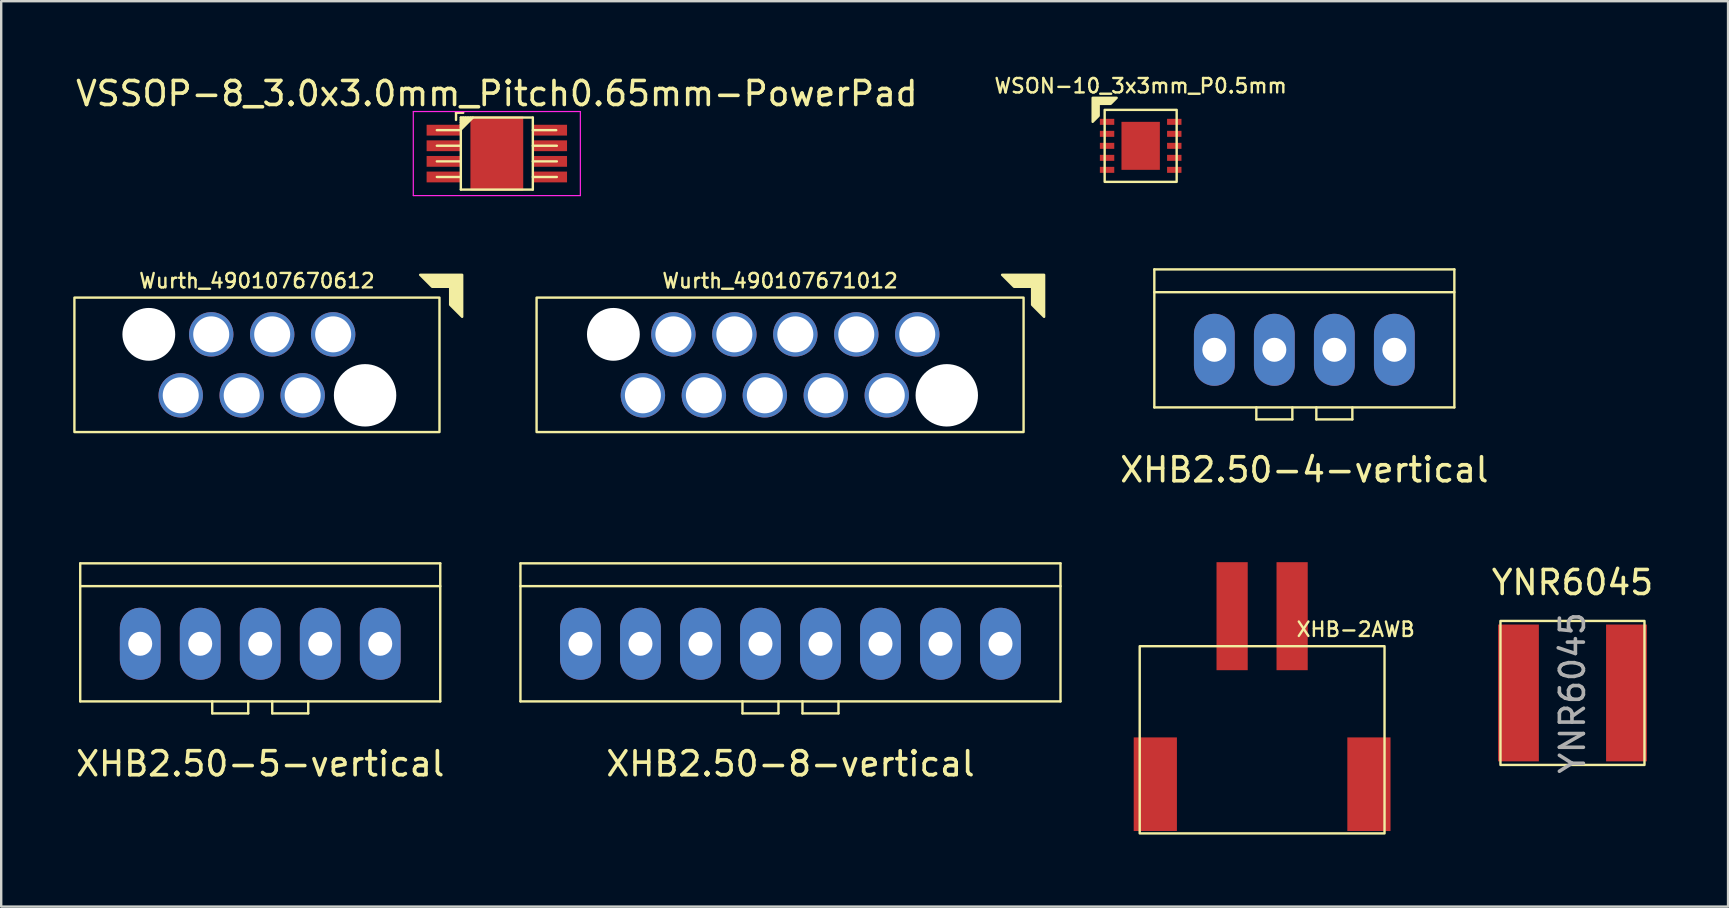
<source format=kicad_pcb>
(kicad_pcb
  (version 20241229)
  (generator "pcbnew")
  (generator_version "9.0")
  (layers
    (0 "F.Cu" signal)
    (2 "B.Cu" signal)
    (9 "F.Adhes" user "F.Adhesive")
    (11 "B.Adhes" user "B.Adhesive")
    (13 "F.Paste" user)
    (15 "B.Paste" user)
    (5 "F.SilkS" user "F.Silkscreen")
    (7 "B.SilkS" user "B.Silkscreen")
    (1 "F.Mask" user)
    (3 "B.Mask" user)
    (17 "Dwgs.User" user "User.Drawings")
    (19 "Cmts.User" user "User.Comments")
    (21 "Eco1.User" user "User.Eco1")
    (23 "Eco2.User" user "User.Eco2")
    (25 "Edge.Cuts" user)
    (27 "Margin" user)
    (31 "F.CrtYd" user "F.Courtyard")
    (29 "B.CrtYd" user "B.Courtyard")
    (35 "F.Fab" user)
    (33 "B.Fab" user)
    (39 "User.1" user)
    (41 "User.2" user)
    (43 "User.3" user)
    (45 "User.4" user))
  (footprint "YNR6045"
    (layer "F.Cu")
    (at 62.463 25.82)
    (property "Reference" "YNR6045" (at 0 -4.6 0) (layer "F.SilkS") (effects (font (size 1 1) (thickness 0.15))))
    (attr smd)
    (fp_rect (start -3 -3) (end 3 3) (stroke (width 0.1) (type solid)) (fill no) (layer "F.SilkS"))
    (fp_text user "${REFERENCE}" (at 0 0 90) (layer "F.Fab") (effects (font (size 1 1) (thickness 0.15))))
    (pad "1" smd rect (at -2.25 0) (size 1.7 5.7) (layers "F.Cu" "F.Mask" "F.Paste"))
    (pad "2" smd rect (at 2.25 0) (size 1.7 5.7) (layers "F.Cu" "F.Mask" "F.Paste")))
  (footprint "XHB2.50-4-vertical"
    (layer "F.Cu")
    (at 51.292 11.523)
    (property "Reference" "XHB2.50-4-vertical" (at 0 5 0) (layer "F.SilkS") (effects (font (size 1 1) (thickness 0.15))))
    (attr through_hole)
    (fp_line (start -6.25 -3.35) (end -6.25 2.4) (stroke (width 0.1) (type solid)) (layer "F.SilkS"))
    (fp_line (start -6.25 -2.4) (end 6.25 -2.4) (stroke (width 0.1) (type solid)) (layer "F.SilkS"))
    (fp_line (start -2 2.9) (end -2 2.4) (stroke (width 0.1) (type solid)) (layer "F.SilkS"))
    (fp_line (start -0.5 2.4) (end -0.5 2.9) (stroke (width 0.1) (type solid)) (layer "F.SilkS"))
    (fp_line (start -0.5 2.9) (end -2 2.9) (stroke (width 0.1) (type solid)) (layer "F.SilkS"))
    (fp_line (start 0.5 2.4) (end 0.5 2.9) (stroke (width 0.1) (type solid)) (layer "F.SilkS"))
    (fp_line (start 2 2.9) (end 0.5 2.9) (stroke (width 0.1) (type solid)) (layer "F.SilkS"))
    (fp_line (start 2 2.9) (end 2 2.4) (stroke (width 0.1) (type solid)) (layer "F.SilkS"))
    (fp_line (start 6.25 -3.35) (end -6.25 -3.35) (stroke (width 0.1) (type solid)) (layer "F.SilkS"))
    (fp_line (start 6.25 2.4) (end -6.25 2.4) (stroke (width 0.1) (type solid)) (layer "F.SilkS"))
    (fp_line (start 6.25 2.4) (end 6.25 -3.35) (stroke (width 0.1) (type solid)) (layer "F.SilkS"))
    (pad "1" thru_hole oval (at -3.75 0) (size 1.7 3) (drill 1) (layers "*.Cu" "*.Mask"))
    (pad "2" thru_hole oval (at -1.25 0) (size 1.7 3) (drill 1) (layers "*.Cu" "*.Mask"))
    (pad "3" thru_hole oval (at 1.25 0) (size 1.7 3) (drill 1) (layers "*.Cu" "*.Mask"))
    (pad "4" thru_hole oval (at 3.75 0) (size 1.7 3) (drill 1) (layers "*.Cu" "*.Mask")))
  (footprint "WSON-10_3x3mm_P0.5mm"
    (layer "F.Cu")
    (at 44.473 3.026)
    (property "Reference" "WSON-10_3x3mm_P0.5mm" (at 0 -2.5 0) (layer "F.SilkS") (effects (font (size 0.6 0.6) (thickness 0.1))))
    (attr smd)
    (fp_rect (start -1.5 -1.5) (end 1.5 1.5) (stroke (width 0.1) (type solid)) (fill no) (layer "F.SilkS"))
    (fp_poly (pts (xy -1.25 -1.75) (xy -1.75 -1.75) (xy -1.75 -1.25) (xy -2 -1) (xy -2 -2) (xy -1 -2)) (stroke (width 0.1) (type solid)) (fill yes) (layer "F.SilkS"))
    (fp_rect (start -0.4 -0.25) (end 0.4 -0.65) (stroke (width 0.12) (type solid)) (fill yes) (layer "F.Paste"))
    (fp_rect (start -0.4 0.65) (end 0.4 0.25) (stroke (width 0.12) (type solid)) (fill yes) (layer "F.Paste"))
    (pad "1" smd rect (at -1.4 -1) (size 0.6 0.25) (layers "F.Cu" "F.Mask" "F.Paste"))
    (pad "2" smd rect (at -1.4 -0.5) (size 0.6 0.25) (layers "F.Cu" "F.Mask" "F.Paste"))
    (pad "3" smd rect (at -1.4 0) (size 0.6 0.25) (layers "F.Cu" "F.Mask" "F.Paste"))
    (pad "4" smd rect (at -1.4 0.5) (size 0.6 0.25) (layers "F.Cu" "F.Mask" "F.Paste"))
    (pad "5" smd rect (at -1.4 1) (size 0.6 0.25) (layers "F.Cu" "F.Mask" "F.Paste"))
    (pad "6" smd rect (at 1.4 1) (size 0.6 0.25) (layers "F.Cu" "F.Mask" "F.Paste"))
    (pad "7" smd rect (at 1.4 0.5) (size 0.6 0.25) (layers "F.Cu" "F.Mask" "F.Paste"))
    (pad "8" smd rect (at 1.4 0) (size 0.6 0.25) (layers "F.Cu" "F.Mask" "F.Paste"))
    (pad "9" smd rect (at 1.4 -0.5) (size 0.6 0.25) (layers "F.Cu" "F.Mask" "F.Paste"))
    (pad "10" smd rect (at 1.4 -1) (size 0.6 0.25) (layers "F.Cu" "F.Mask" "F.Paste"))
    (pad "11" smd rect (at 0 0) (size 1.6 2) (layers "F.Cu" "F.Mask")))
  (footprint "XHB-2AWB"
    (layer "F.Cu")
    (at 49.533 24.872)
    (property "Reference" "XHB-2AWB" (at 3.9 -1.7 0) (unlocked yes) (layer "F.SilkS") (effects (font (size 0.6 0.6) (thickness 0.1))))
    (attr smd)
    (fp_rect (start -5.1 -1) (end 5.1 6.8) (stroke (width 0.1) (type default)) (fill no) (layer "F.SilkS"))
    (pad "0" smd rect (at -4.45 4.75) (size 1.8 3.9) (layers "F.Cu" "F.Mask" "F.Paste"))
    (pad "0" smd rect (at 4.45 4.75) (size 1.8 3.9) (layers "F.Cu" "F.Mask" "F.Paste"))
    (pad "1" smd rect (at -1.25 -2.25) (size 1.3 4.5) (layers "F.Cu" "F.Mask" "F.Paste"))
    (pad "2" smd rect (at 1.25 -2.25) (size 1.3 4.5) (layers "F.Cu" "F.Mask" "F.Paste")))
  (footprint "VSSOP-8_3.0x3.0mm_Pitch0.65mm-PowerPad"
    (layer "F.Cu")
    (at 17.649 3.348)
    (property "Reference" "VSSOP-8_3.0x3.0mm_Pitch0.65mm-PowerPad" (at 0 -2.5 0) (layer "F.SilkS") (effects (font (size 1 1) (thickness 0.15))))
    (attr smd)
    (fp_line (start -2.5 -0.975) (end -1.5 -0.975) (stroke (width 0.1) (type solid)) (layer "F.SilkS"))
    (fp_line (start -2.5 -0.325) (end -1.5 -0.325) (stroke (width 0.1) (type solid)) (layer "F.SilkS"))
    (fp_line (start -2.5 0.325) (end -1.5 0.325) (stroke (width 0.1) (type solid)) (layer "F.SilkS"))
    (fp_line (start -2.5 0.975) (end -1.5 0.975) (stroke (width 0.1) (type solid)) (layer "F.SilkS"))
    (fp_line (start -1.7 -1.7) (end -1.7 -1.4) (stroke (width 0.1) (type solid)) (layer "F.SilkS"))
    (fp_line (start -1.7 -1.7) (end -1.4 -1.7) (stroke (width 0.1) (type solid)) (layer "F.SilkS"))
    (fp_line (start -1.5 -1.5) (end -1.5 1.5) (stroke (width 0.1) (type solid)) (layer "F.SilkS"))
    (fp_line (start -1.5 -1.4) (end -1.4 -1.5) (stroke (width 0.1) (type solid)) (layer "F.SilkS"))
    (fp_line (start -1.5 -1.3) (end -1.3 -1.5) (stroke (width 0.1) (type solid)) (layer "F.SilkS"))
    (fp_line (start -1.5 -1.2) (end -1.2 -1.5) (stroke (width 0.1) (type solid)) (layer "F.SilkS"))
    (fp_line (start -1.5 -1.1) (end -1.1 -1.5) (stroke (width 0.1) (type solid)) (layer "F.SilkS"))
    (fp_line (start -1.5 -1) (end -1 -1.5) (stroke (width 0.1) (type solid)) (layer "F.SilkS"))
    (fp_line (start -1.5 1.5) (end 1.5 1.5) (stroke (width 0.1) (type solid)) (layer "F.SilkS"))
    (fp_line (start 1.5 -1.5) (end -1.5 -1.5) (stroke (width 0.1) (type solid)) (layer "F.SilkS"))
    (fp_line (start 1.5 1.5) (end 1.5 -1.5) (stroke (width 0.1) (type solid)) (layer "F.SilkS"))
    (fp_line (start 2.475 -0.975) (end 1.5 -0.975) (stroke (width 0.1) (type solid)) (layer "F.SilkS"))
    (fp_line (start 2.5 -0.325) (end 1.5 -0.325) (stroke (width 0.1) (type solid)) (layer "F.SilkS"))
    (fp_line (start 2.5 0.325) (end 1.5 0.325) (stroke (width 0.1) (type solid)) (layer "F.SilkS"))
    (fp_line (start 2.5 0.975) (end 1.5 0.975) (stroke (width 0.1) (type solid)) (layer "F.SilkS"))
    (fp_line (start -3.48 -1.75) (end 3.48 -1.75) (stroke (width 0.05) (type solid)) (layer "F.CrtYd"))
    (fp_line (start -3.48 1.75) (end -3.48 -1.75) (stroke (width 0.05) (type solid)) (layer "F.CrtYd"))
    (fp_line (start 3.48 -1.75) (end 3.48 1.75) (stroke (width 0.05) (type solid)) (layer "F.CrtYd"))
    (fp_line (start 3.48 1.75) (end -3.48 1.75) (stroke (width 0.05) (type solid)) (layer "F.CrtYd"))
    (pad "1" smd rect (at -2.2 -0.975 270) (size 0.45 1.45) (layers "F.Cu" "F.Mask" "F.Paste"))
    (pad "2" smd rect (at -2.2 -0.325 270) (size 0.45 1.45) (layers "F.Cu" "F.Mask" "F.Paste"))
    (pad "3" smd rect (at -2.2 0.325 270) (size 0.45 1.45) (layers "F.Cu" "F.Mask" "F.Paste"))
    (pad "4" smd rect (at -2.2 0.975 270) (size 0.45 1.45) (layers "F.Cu" "F.Mask" "F.Paste"))
    (pad "5" smd rect (at 2.2 0.975 270) (size 0.45 1.45) (layers "F.Cu" "F.Mask" "F.Paste"))
    (pad "6" smd rect (at 2.2 0.325 270) (size 0.45 1.45) (layers "F.Cu" "F.Mask" "F.Paste"))
    (pad "7" smd rect (at 2.2 -0.325 270) (size 0.45 1.45) (layers "F.Cu" "F.Mask" "F.Paste"))
    (pad "8" smd rect (at 2.2 -0.975 270) (size 0.45 1.45) (layers "F.Cu" "F.Mask" "F.Paste"))
    (pad "9" smd rect (at 0 0) (size 2.2 3.1) (layers "F.Cu" "F.Mask" "F.Paste")))
  (footprint "XHB2.50-8-vertical"
    (layer "F.Cu")
    (at 29.883 23.771)
    (property "Reference" "XHB2.50-8-vertical" (at 0 5 0) (layer "F.SilkS") (effects (font (size 1 1) (thickness 0.15))))
    (attr through_hole)
    (fp_line (start -11.25 -3.35) (end -11.25 2.4) (stroke (width 0.1) (type solid)) (layer "F.SilkS"))
    (fp_line (start -11.25 -2.4) (end 11.25 -2.4) (stroke (width 0.1) (type solid)) (layer "F.SilkS"))
    (fp_line (start -2 2.9) (end -2 2.4) (stroke (width 0.1) (type solid)) (layer "F.SilkS"))
    (fp_line (start -0.5 2.4) (end -0.5 2.9) (stroke (width 0.1) (type solid)) (layer "F.SilkS"))
    (fp_line (start -0.5 2.9) (end -2 2.9) (stroke (width 0.1) (type solid)) (layer "F.SilkS"))
    (fp_line (start 0.5 2.4) (end 0.5 2.9) (stroke (width 0.1) (type solid)) (layer "F.SilkS"))
    (fp_line (start 2 2.9) (end 0.5 2.9) (stroke (width 0.1) (type solid)) (layer "F.SilkS"))
    (fp_line (start 2 2.9) (end 2 2.4) (stroke (width 0.1) (type solid)) (layer "F.SilkS"))
    (fp_line (start 11.25 -3.35) (end -11.25 -3.35) (stroke (width 0.1) (type solid)) (layer "F.SilkS"))
    (fp_line (start 11.25 2.4) (end -11.25 2.4) (stroke (width 0.1) (type solid)) (layer "F.SilkS"))
    (fp_line (start 11.25 2.4) (end 11.25 -3.35) (stroke (width 0.1) (type solid)) (layer "F.SilkS"))
    (pad "1" thru_hole oval (at -8.75 0) (size 1.7 3) (drill 1) (layers "*.Cu" "*.Mask"))
    (pad "2" thru_hole oval (at -6.25 0) (size 1.7 3) (drill 1) (layers "*.Cu" "*.Mask"))
    (pad "3" thru_hole oval (at -3.75 0) (size 1.7 3) (drill 1) (layers "*.Cu" "*.Mask"))
    (pad "4" thru_hole oval (at -1.25 0) (size 1.7 3) (drill 1) (layers "*.Cu" "*.Mask"))
    (pad "5" thru_hole oval (at 1.25 0) (size 1.7 3) (drill 1) (layers "*.Cu" "*.Mask"))
    (pad "6" thru_hole oval (at 3.75 0) (size 1.7 3) (drill 1) (layers "*.Cu" "*.Mask"))
    (pad "7" thru_hole oval (at 6.25 0) (size 1.7 3) (drill 1) (layers "*.Cu" "*.Mask"))
    (pad "8" thru_hole oval (at 8.75 0) (size 1.7 3) (drill 1) (layers "*.Cu" "*.Mask")))
  (footprint "Wurth_490107671012"
    (layer "F.Cu")
    (at 29.45 12.15)
    (property "Reference" "Wurth_490107671012" (at 0 -3.5 0) (unlocked yes) (layer "F.SilkS") (effects (font (size 0.6 0.6) (thickness 0.1))))
    (attr through_hole)
    (fp_rect (start 10.145 2.8) (end -10.145 -2.8) (stroke (width 0.1) (type default)) (fill no) (layer "F.SilkS"))
    (fp_poly (pts (xy 10.5 -3.25) (xy 9.75 -3.25) (xy 9.25 -3.75) (xy 11 -3.75) (xy 11 -2) (xy 10.5 -2.5)) (stroke (width 0.1) (type solid)) (fill yes) (layer "F.SilkS"))
    (pad "" np_thru_hole circle (at -6.945 -1.27) (size 2.2 2.2) (drill 2.2) (layers "*.Cu" "*.Mask"))
    (pad "" np_thru_hole circle (at 6.945 1.27) (size 2.6 2.6) (drill 2.6) (layers "*.Cu" "*.Mask"))
    (pad "1" thru_hole circle (at 5.715 -1.27) (size 1.85 1.85) (drill 1.5) (layers "*.Cu" "*.Mask"))
    (pad "2" thru_hole circle (at 4.445 1.27) (size 1.85 1.85) (drill 1.5) (layers "*.Cu" "*.Mask"))
    (pad "3" thru_hole circle (at 3.175 -1.27) (size 1.85 1.85) (drill 1.5) (layers "*.Cu" "*.Mask"))
    (pad "4" thru_hole circle (at 1.905 1.27) (size 1.85 1.85) (drill 1.5) (layers "*.Cu" "*.Mask"))
    (pad "5" thru_hole circle (at 0.635 -1.27) (size 1.85 1.85) (drill 1.5) (layers "*.Cu" "*.Mask"))
    (pad "6" thru_hole circle (at -0.635 1.27) (size 1.85 1.85) (drill 1.5) (layers "*.Cu" "*.Mask"))
    (pad "7" thru_hole circle (at -1.905 -1.27) (size 1.85 1.85) (drill 1.5) (layers "*.Cu" "*.Mask"))
    (pad "8" thru_hole circle (at -3.175 1.27) (size 1.85 1.85) (drill 1.5) (layers "*.Cu" "*.Mask"))
    (pad "9" thru_hole circle (at -4.445 -1.27) (size 1.85 1.85) (drill 1.5) (layers "*.Cu" "*.Mask"))
    (pad "10" thru_hole circle (at -5.715 1.27) (size 1.85 1.85) (drill 1.5) (layers "*.Cu" "*.Mask")))
  (footprint "XHB2.50-5-vertical"
    (layer "F.Cu")
    (at 7.792 23.771)
    (property "Reference" "XHB2.50-5-vertical" (at 0 5 0) (layer "F.SilkS") (effects (font (size 1 1) (thickness 0.15))))
    (attr through_hole)
    (fp_line (start -7.5 -3.35) (end -7.5 2.4) (stroke (width 0.1) (type solid)) (layer "F.SilkS"))
    (fp_line (start -7.5 -2.4) (end 7.5 -2.4) (stroke (width 0.1) (type solid)) (layer "F.SilkS"))
    (fp_line (start -2 2.9) (end -2 2.4) (stroke (width 0.1) (type solid)) (layer "F.SilkS"))
    (fp_line (start -0.5 2.4) (end -0.5 2.9) (stroke (width 0.1) (type solid)) (layer "F.SilkS"))
    (fp_line (start -0.5 2.9) (end -2 2.9) (stroke (width 0.1) (type solid)) (layer "F.SilkS"))
    (fp_line (start 0.5 2.4) (end 0.5 2.9) (stroke (width 0.1) (type solid)) (layer "F.SilkS"))
    (fp_line (start 2 2.9) (end 0.5 2.9) (stroke (width 0.1) (type solid)) (layer "F.SilkS"))
    (fp_line (start 2 2.9) (end 2 2.4) (stroke (width 0.1) (type solid)) (layer "F.SilkS"))
    (fp_line (start 7.5 -3.35) (end -7.5 -3.35) (stroke (width 0.1) (type solid)) (layer "F.SilkS"))
    (fp_line (start 7.5 2.4) (end -7.5 2.4) (stroke (width 0.1) (type solid)) (layer "F.SilkS"))
    (fp_line (start 7.5 2.4) (end 7.5 -3.35) (stroke (width 0.1) (type solid)) (layer "F.SilkS"))
    (pad "1" thru_hole oval (at -5 0) (size 1.7 3) (drill 1) (layers "*.Cu" "*.Mask"))
    (pad "2" thru_hole oval (at -2.5 0) (size 1.7 3) (drill 1) (layers "*.Cu" "*.Mask"))
    (pad "3" thru_hole oval (at 0 0) (size 1.7 3) (drill 1) (layers "*.Cu" "*.Mask"))
    (pad "4" thru_hole oval (at 2.5 0) (size 1.7 3) (drill 1) (layers "*.Cu" "*.Mask"))
    (pad "5" thru_hole oval (at 5 0) (size 1.7 3) (drill 1) (layers "*.Cu" "*.Mask")))
  (footprint "Wurth_490107670612"
    (layer "F.Cu")
    (at 7.655 12.15)
    (property "Reference" "Wurth_490107670612" (at 0 -3.5 0) (unlocked yes) (layer "F.SilkS") (effects (font (size 0.6 0.6) (thickness 0.1))))
    (attr through_hole)
    (fp_rect (start 7.605 2.8) (end -7.605 -2.8) (stroke (width 0.1) (type default)) (fill no) (layer "F.SilkS"))
    (fp_poly (pts (xy 8.05 -3.25) (xy 7.3 -3.25) (xy 6.8 -3.75) (xy 8.55 -3.75) (xy 8.55 -2) (xy 8.05 -2.5)) (stroke (width 0.1) (type solid)) (fill yes) (layer "F.SilkS"))
    (pad "" np_thru_hole circle (at -4.505 -1.27) (size 2.2 2.2) (drill 2.2) (layers "*.Cu" "*.Mask"))
    (pad "" np_thru_hole circle (at 4.505 1.27) (size 2.6 2.6) (drill 2.6) (layers "*.Cu" "*.Mask"))
    (pad "1" thru_hole circle (at 3.175 -1.27) (size 1.85 1.85) (drill 1.5) (layers "*.Cu" "*.Mask"))
    (pad "2" thru_hole circle (at 1.905 1.27) (size 1.85 1.85) (drill 1.5) (layers "*.Cu" "*.Mask"))
    (pad "3" thru_hole circle (at 0.635 -1.27) (size 1.85 1.85) (drill 1.5) (layers "*.Cu" "*.Mask"))
    (pad "4" thru_hole circle (at -0.635 1.27) (size 1.85 1.85) (drill 1.5) (layers "*.Cu" "*.Mask"))
    (pad "5" thru_hole circle (at -1.905 -1.27) (size 1.85 1.85) (drill 1.5) (layers "*.Cu" "*.Mask"))
    (pad "6" thru_hole circle (at -3.175 1.27) (size 1.85 1.85) (drill 1.5) (layers "*.Cu" "*.Mask")))
  (gr_rect
    (start -3 -3)
    (end 68.945 34.721)
    (stroke (width 0.1) (type default))
    (fill no)
    (layer "Edge.Cuts")))
</source>
